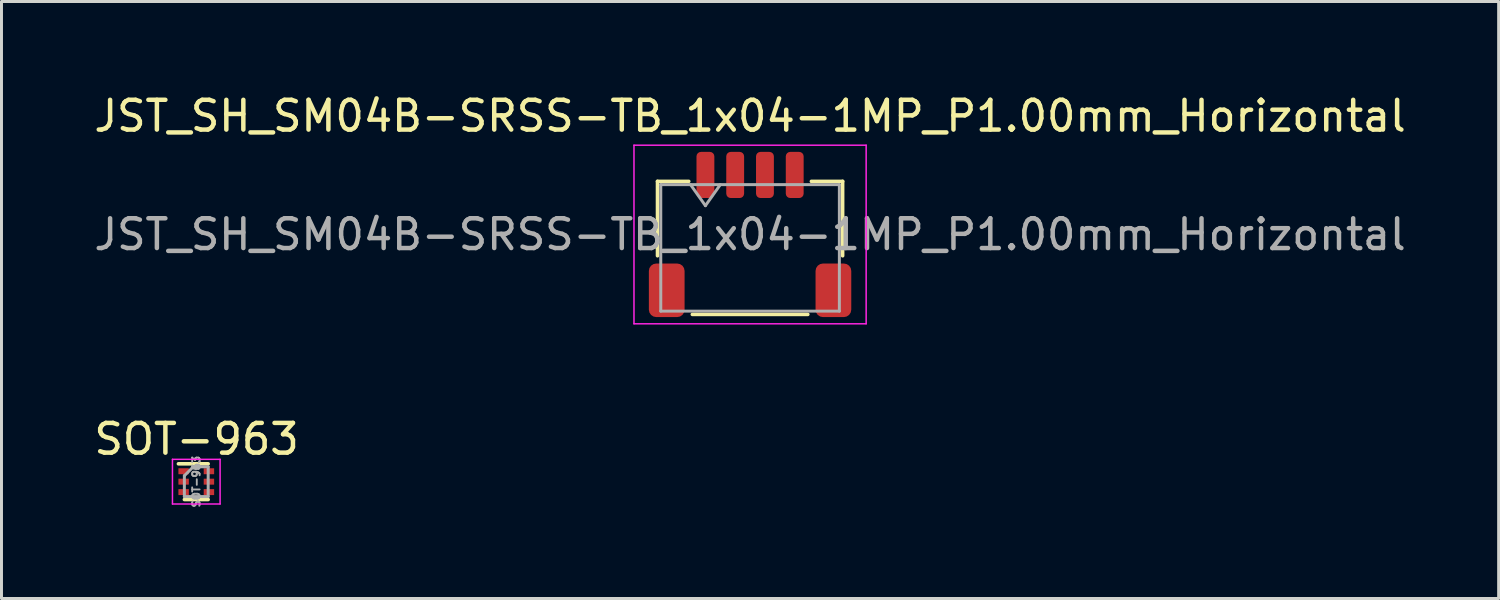
<source format=kicad_pcb>
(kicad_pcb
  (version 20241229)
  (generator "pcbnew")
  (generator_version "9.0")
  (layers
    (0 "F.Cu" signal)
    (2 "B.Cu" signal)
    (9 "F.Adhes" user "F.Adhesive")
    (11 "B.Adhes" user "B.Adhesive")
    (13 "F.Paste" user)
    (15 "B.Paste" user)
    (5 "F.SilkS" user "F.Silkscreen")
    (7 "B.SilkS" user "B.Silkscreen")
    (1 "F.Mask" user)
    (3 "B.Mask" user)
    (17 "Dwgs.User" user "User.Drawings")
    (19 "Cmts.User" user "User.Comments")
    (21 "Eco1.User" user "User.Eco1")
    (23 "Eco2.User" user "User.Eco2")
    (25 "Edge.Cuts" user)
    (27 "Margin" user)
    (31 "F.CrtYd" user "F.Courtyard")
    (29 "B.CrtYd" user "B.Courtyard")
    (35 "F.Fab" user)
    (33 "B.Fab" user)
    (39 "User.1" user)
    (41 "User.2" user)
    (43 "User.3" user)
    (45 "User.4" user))
  (footprint "SOT-963"
    (layer "F.Cu")
    (at 3.544 13.132)
    (property "Reference" "SOT-963" (at 0.01 -1.43 0) (layer "F.SilkS") (effects (font (size 1 1) (thickness 0.15))))
    (attr smd)
    (fp_line (start 0.4 -0.6) (end -0.6 -0.6) (stroke (width 0.12) (type solid)) (layer "F.SilkS"))
    (fp_line (start 0.4 0.6) (end -0.4 0.6) (stroke (width 0.12) (type solid)) (layer "F.SilkS"))
    (fp_line (start -0.8 -0.75) (end 0.8 -0.75) (stroke (width 0.05) (type solid)) (layer "F.CrtYd"))
    (fp_line (start -0.8 0.75) (end -0.8 -0.75) (stroke (width 0.05) (type solid)) (layer "F.CrtYd"))
    (fp_line (start 0.8 -0.75) (end 0.8 0.75) (stroke (width 0.05) (type solid)) (layer "F.CrtYd"))
    (fp_line (start 0.8 0.75) (end -0.8 0.75) (stroke (width 0.05) (type solid)) (layer "F.CrtYd"))
    (fp_line (start -0.4 -0.2) (end -0.1 -0.5) (stroke (width 0.1) (type solid)) (layer "F.Fab"))
    (fp_line (start -0.4 0.5) (end -0.4 -0.2) (stroke (width 0.1) (type solid)) (layer "F.Fab"))
    (fp_line (start -0.1 -0.5) (end 0.4 -0.5) (stroke (width 0.1) (type solid)) (layer "F.Fab"))
    (fp_line (start 0.4 -0.5) (end 0.4 0.5) (stroke (width 0.1) (type solid)) (layer "F.Fab"))
    (fp_line (start 0.4 0.5) (end -0.4 0.5) (stroke (width 0.1) (type solid)) (layer "F.Fab"))
    (fp_text user "${REFERENCE}" (at 0 0 90) (layer "F.Fab") (effects (font (size 0.25 0.25) (thickness 0.062))))
    (pad "1" smd rect (at -0.425 -0.35) (size 0.35 0.2) (layers "F.Cu" "F.Mask" "F.Paste"))
    (pad "2" smd rect (at -0.425 0) (size 0.35 0.2) (layers "F.Cu" "F.Mask" "F.Paste"))
    (pad "3" smd rect (at -0.425 0.35) (size 0.35 0.2) (layers "F.Cu" "F.Mask" "F.Paste"))
    (pad "4" smd rect (at 0.425 0.35) (size 0.35 0.2) (layers "F.Cu" "F.Mask" "F.Paste"))
    (pad "5" smd rect (at 0.425 0) (size 0.35 0.2) (layers "F.Cu" "F.Mask" "F.Paste"))
    (pad "6" smd rect (at 0.425 -0.35) (size 0.35 0.2) (layers "F.Cu" "F.Mask" "F.Paste")))
  (footprint "JST_SH_SM04B-SRSS-TB_1x04-1MP_P1.00mm_Horizontal"
    (layer "F.Cu")
    (at 22.149 4.828)
    (property "Reference" "JST_SH_SM04B-SRSS-TB_1x04-1MP_P1.00mm_Horizontal" (at 0 -3.98 0) (layer "F.SilkS") (effects (font (size 1 1) (thickness 0.15))))
    (attr smd)
    (fp_line (start -3.11 -1.785) (end -2.06 -1.785) (stroke (width 0.12) (type solid)) (layer "F.SilkS"))
    (fp_line (start -3.11 0.715) (end -3.11 -1.785) (stroke (width 0.12) (type solid)) (layer "F.SilkS"))
    (fp_line (start -1.94 2.685) (end 1.94 2.685) (stroke (width 0.12) (type solid)) (layer "F.SilkS"))
    (fp_line (start 3.11 -1.785) (end 2.06 -1.785) (stroke (width 0.12) (type solid)) (layer "F.SilkS"))
    (fp_line (start 3.11 0.715) (end 3.11 -1.785) (stroke (width 0.12) (type solid)) (layer "F.SilkS"))
    (fp_line (start -3.9 -3) (end -3.9 3) (stroke (width 0.05) (type solid)) (layer "F.CrtYd"))
    (fp_line (start -3.9 3) (end 3.9 3) (stroke (width 0.05) (type solid)) (layer "F.CrtYd"))
    (fp_line (start 3.9 -3) (end -3.9 -3) (stroke (width 0.05) (type solid)) (layer "F.CrtYd"))
    (fp_line (start 3.9 3) (end 3.9 -3) (stroke (width 0.05) (type solid)) (layer "F.CrtYd"))
    (fp_line (start -3 -1.675) (end -3 2.575) (stroke (width 0.1) (type solid)) (layer "F.Fab"))
    (fp_line (start -3 -1.675) (end 3 -1.675) (stroke (width 0.1) (type solid)) (layer "F.Fab"))
    (fp_line (start -3 2.575) (end 3 2.575) (stroke (width 0.1) (type solid)) (layer "F.Fab"))
    (fp_line (start -2 -1.675) (end -1.5 -0.968) (stroke (width 0.1) (type solid)) (layer "F.Fab"))
    (fp_line (start -1.5 -0.968) (end -1 -1.675) (stroke (width 0.1) (type solid)) (layer "F.Fab"))
    (fp_line (start 3 -1.675) (end 3 2.575) (stroke (width 0.1) (type solid)) (layer "F.Fab"))
    (fp_text user "${REFERENCE}" (at 0 0 0) (layer "F.Fab") (effects (font (size 1 1) (thickness 0.15))))
    (pad "1" smd roundrect (at -1.5 -2) (size 0.6 1.55) (layers "F.Cu" "F.Mask" "F.Paste") (roundrect_rratio 0.25))
    (pad "2" smd roundrect (at -0.5 -2) (size 0.6 1.55) (layers "F.Cu" "F.Mask" "F.Paste") (roundrect_rratio 0.25))
    (pad "3" smd roundrect (at 0.5 -2) (size 0.6 1.55) (layers "F.Cu" "F.Mask" "F.Paste") (roundrect_rratio 0.25))
    (pad "4" smd roundrect (at 1.5 -2) (size 0.6 1.55) (layers "F.Cu" "F.Mask" "F.Paste") (roundrect_rratio 0.25))
    (pad "MP" smd roundrect (at -2.8 1.875) (size 1.2 1.8) (layers "F.Cu" "F.Mask" "F.Paste") (roundrect_rratio 0.208))
    (pad "MP" smd roundrect (at 2.8 1.875) (size 1.2 1.8) (layers "F.Cu" "F.Mask" "F.Paste") (roundrect_rratio 0.208)))
  (gr_rect
    (start -3 -3)
    (end 47.298 17.057)
    (stroke (width 0.1) (type default))
    (fill no)
    (layer "Edge.Cuts")))
</source>
